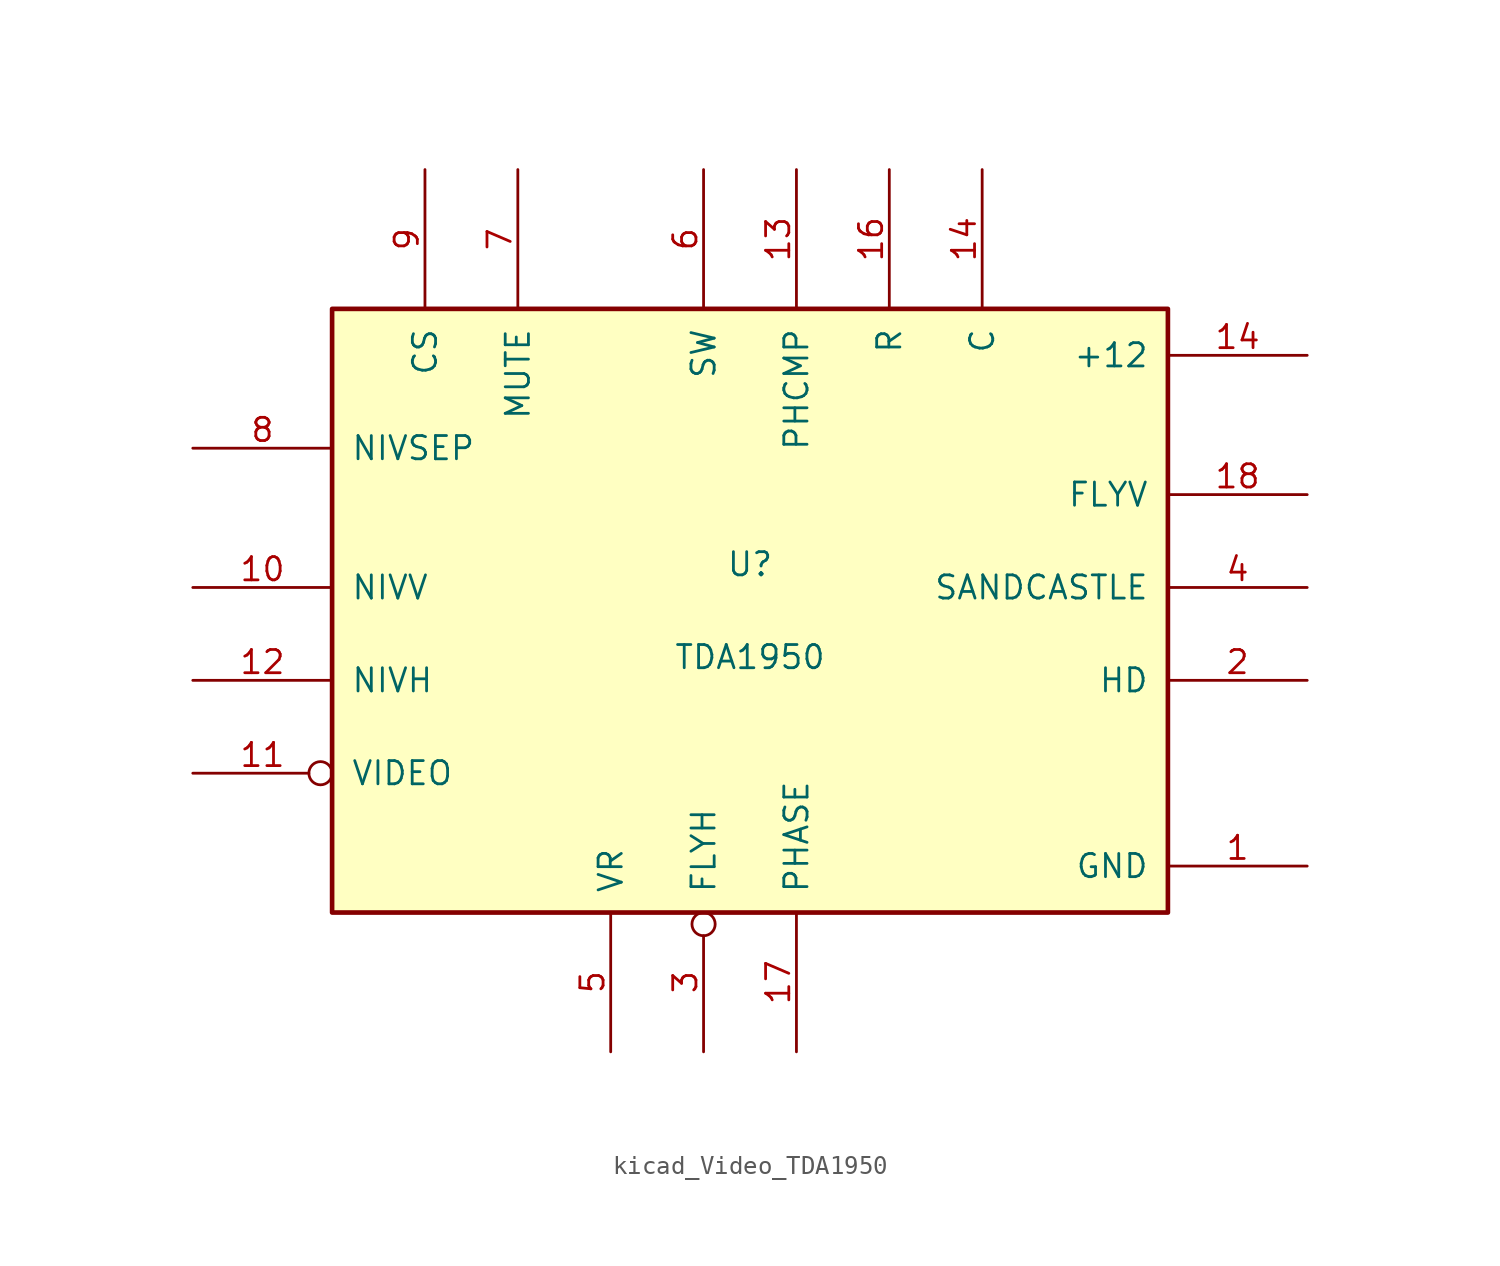
<source format=kicad_sym>
(kicad_symbol_lib
  (version 20220914)
  (generator kicad_symbol_editor)
  (symbol "kicad_Video_TDA1950"
    (pin_names
      (offset 1.016))
    (property "Reference" "U"
      (at 0 2.54 0)
      (effects (font (size 1.27 1.27))))
    (property "Value" "TDA1950"
      (at 0 -2.54 0)
      (effects (font (size 1.27 1.27))))
    (symbol "kicad_Video_TDA1950_0_1"
      (rectangle (start -22.86 -16.51) (end 22.86 16.51) (stroke (width 0.254) (type default)) (fill (type background))))
    (symbol "kicad_Video_TDA1950_1_1"
      (pin input line (at 30.48 -13.97 180) (length 7.62) (name "GND" (effects (font (size 1.27 1.27)))) (number "1" (effects (font (size 1.27 1.27)))))
      (pin output line (at -30.48 1.27 0) (length 7.62) (name "NIVV" (effects (font (size 1.27 1.27)))) (number "10" (effects (font (size 1.27 1.27)))))
      (pin input inverted (at -30.48 -8.89 0) (length 7.62) (name "VIDEO" (effects (font (size 1.27 1.27)))) (number "11" (effects (font (size 1.27 1.27)))))
      (pin output line (at -30.48 -3.81 0) (length 7.62) (name "NIVH" (effects (font (size 1.27 1.27)))) (number "12" (effects (font (size 1.27 1.27)))))
      (pin output line (at 2.54 24.13 270) (length 7.62) (name "PHCMP" (effects (font (size 1.27 1.27)))) (number "13" (effects (font (size 1.27 1.27)))))
      (pin input line (at 30.48 13.97 180) (length 7.62) (name "+12" (effects (font (size 1.27 1.27)))) (number "14" (effects (font (size 1.27 1.27)))))
      (pin output line (at 12.7 24.13 270) (length 7.62) (name "C" (effects (font (size 1.27 1.27)))) (number "14" (effects (font (size 1.27 1.27)))))
      (pin output line (at 7.62 24.13 270) (length 7.62) (name "R" (effects (font (size 1.27 1.27)))) (number "16" (effects (font (size 1.27 1.27)))))
      (pin input line (at 2.54 -24.13 90) (length 7.62) (name "PHASE" (effects (font (size 1.27 1.27)))) (number "17" (effects (font (size 1.27 1.27)))))
      (pin input line (at 30.48 6.35 180) (length 7.62) (name "FLYV" (effects (font (size 1.27 1.27)))) (number "18" (effects (font (size 1.27 1.27)))))
      (pin output line (at 30.48 -3.81 180) (length 7.62) (name "HD" (effects (font (size 1.27 1.27)))) (number "2" (effects (font (size 1.27 1.27)))))
      (pin input inverted (at -2.54 -24.13 90) (length 7.62) (name "FLYH" (effects (font (size 1.27 1.27)))) (number "3" (effects (font (size 1.27 1.27)))))
      (pin output line (at 30.48 1.27 180) (length 7.62) (name "SANDCASTLE" (effects (font (size 1.27 1.27)))) (number "4" (effects (font (size 1.27 1.27)))))
      (pin input line (at -7.62 -24.13 90) (length 7.62) (name "VR" (effects (font (size 1.27 1.27)))) (number "5" (effects (font (size 1.27 1.27)))))
      (pin output line (at -2.54 24.13 270) (length 7.62) (name "SW" (effects (font (size 1.27 1.27)))) (number "6" (effects (font (size 1.27 1.27)))))
      (pin output line (at -12.7 24.13 270) (length 7.62) (name "MUTE" (effects (font (size 1.27 1.27)))) (number "7" (effects (font (size 1.27 1.27)))))
      (pin input line (at -30.48 8.89 0) (length 7.62) (name "NIVSEP" (effects (font (size 1.27 1.27)))) (number "8" (effects (font (size 1.27 1.27)))))
      (pin output line (at -17.78 24.13 270) (length 7.62) (name "CS" (effects (font (size 1.27 1.27)))) (number "9" (effects (font (size 1.27 1.27))))))))
</source>
